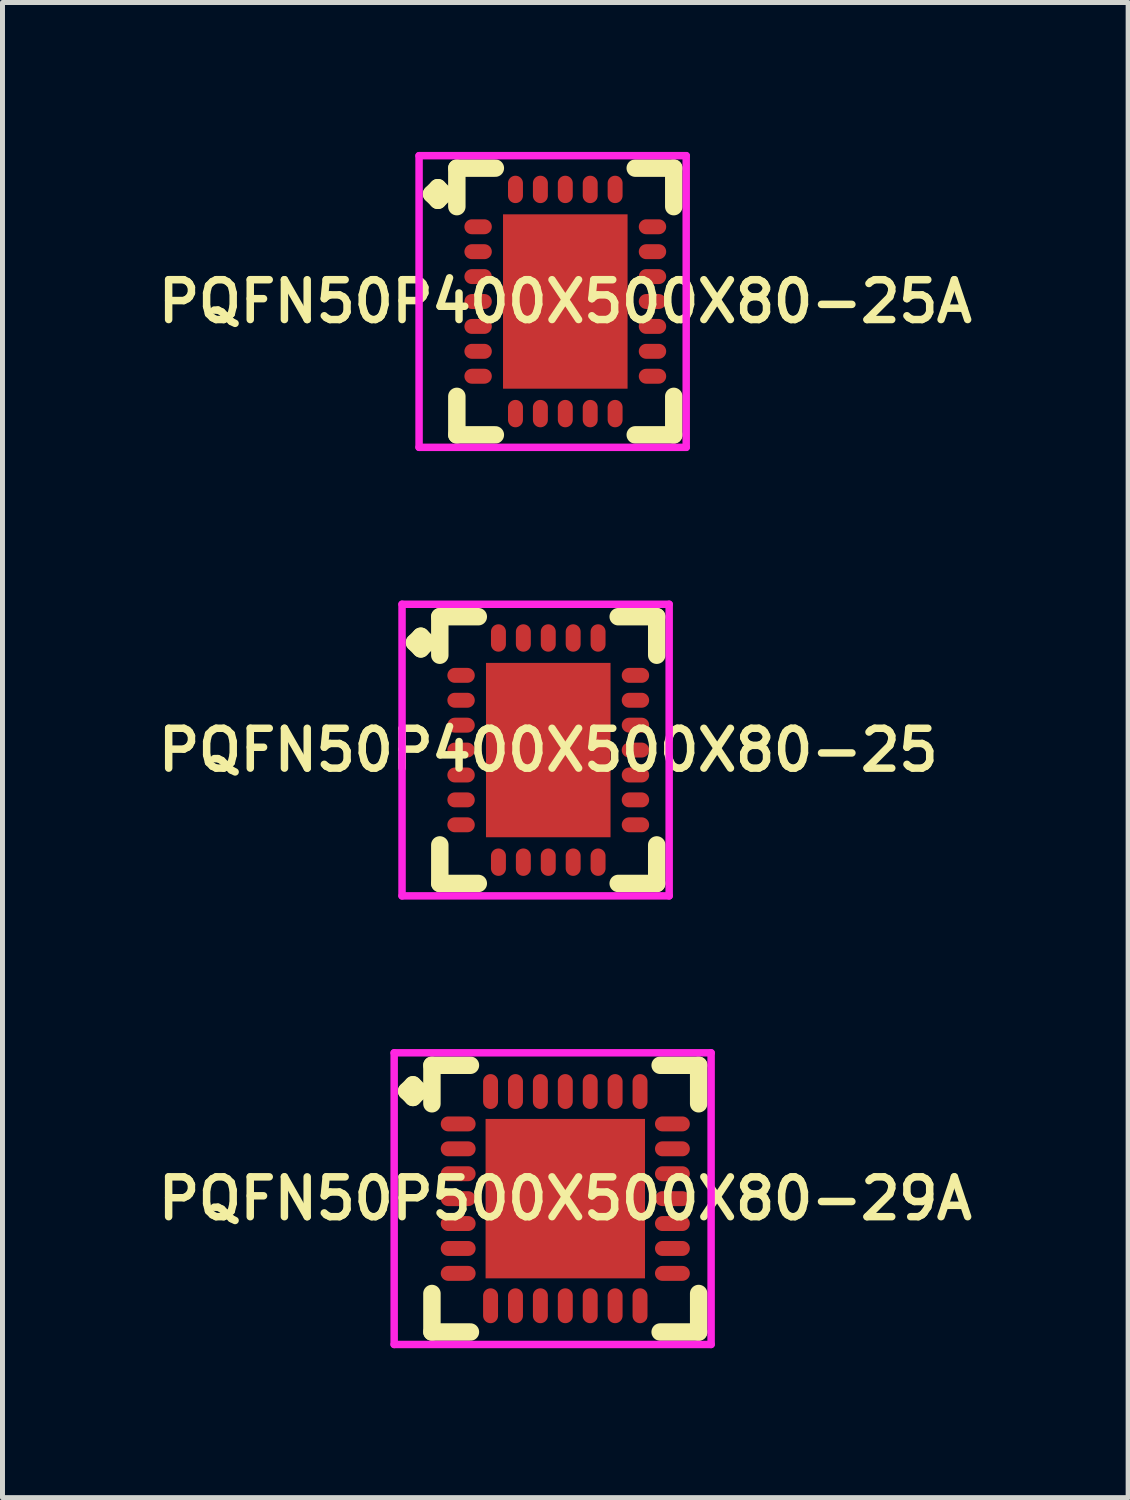
<source format=kicad_pcb>
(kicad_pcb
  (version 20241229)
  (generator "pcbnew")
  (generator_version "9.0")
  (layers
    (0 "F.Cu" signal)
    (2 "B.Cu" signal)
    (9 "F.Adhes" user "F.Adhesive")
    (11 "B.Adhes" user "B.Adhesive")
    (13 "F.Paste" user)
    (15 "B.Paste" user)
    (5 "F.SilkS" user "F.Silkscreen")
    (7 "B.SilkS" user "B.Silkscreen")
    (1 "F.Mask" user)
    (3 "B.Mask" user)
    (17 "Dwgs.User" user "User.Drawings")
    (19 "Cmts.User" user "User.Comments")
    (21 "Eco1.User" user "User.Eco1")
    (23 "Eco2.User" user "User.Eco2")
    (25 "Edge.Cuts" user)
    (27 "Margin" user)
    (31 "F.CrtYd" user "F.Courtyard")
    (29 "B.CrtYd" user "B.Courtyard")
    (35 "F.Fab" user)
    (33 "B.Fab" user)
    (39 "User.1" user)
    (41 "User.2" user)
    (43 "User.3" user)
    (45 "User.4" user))
  (footprint "PQFN50P400X500X80-25"
    (layer "F.Cu")
    (at 7.955 12.006)
    (property "Reference" "PQFN50P400X500X80-25" (at 0 0 0) (layer "F.SilkS") (effects (font (size 0.8 0.8) (thickness 0.15))))
    (attr smd)
    (fp_line (start -2.685 -2.158) (end -2.558 -2.285) (stroke (width 0.35) (type solid)) (layer "F.SilkS"))
    (fp_line (start -2.558 -2.285) (end -2.431 -2.158) (stroke (width 0.35) (type solid)) (layer "F.SilkS"))
    (fp_line (start -2.558 -2.031) (end -2.685 -2.158) (stroke (width 0.35) (type solid)) (layer "F.SilkS"))
    (fp_line (start -2.431 -2.158) (end -2.558 -2.031) (stroke (width 0.35) (type solid)) (layer "F.SilkS"))
    (fp_line (start -2.177 -2.677) (end -1.404 -2.677) (stroke (width 0.35) (type solid)) (layer "F.SilkS"))
    (fp_line (start -2.177 -1.904) (end -2.177 -2.677) (stroke (width 0.35) (type solid)) (layer "F.SilkS"))
    (fp_line (start -2.177 1.904) (end -2.177 2.677) (stroke (width 0.35) (type solid)) (layer "F.SilkS"))
    (fp_line (start -2.177 2.677) (end -1.404 2.677) (stroke (width 0.35) (type solid)) (layer "F.SilkS"))
    (fp_line (start 1.404 -2.677) (end 2.177 -2.677) (stroke (width 0.35) (type solid)) (layer "F.SilkS"))
    (fp_line (start 1.404 2.677) (end 2.177 2.677) (stroke (width 0.35) (type solid)) (layer "F.SilkS"))
    (fp_line (start 2.177 -2.677) (end 2.177 -1.904) (stroke (width 0.35) (type solid)) (layer "F.SilkS"))
    (fp_line (start 2.177 2.677) (end 2.177 1.904) (stroke (width 0.35) (type solid)) (layer "F.SilkS"))
    (fp_line (start -2.935 -2.927) (end 2.427 -2.927) (stroke (width 0.15) (type solid)) (layer "F.CrtYd"))
    (fp_line (start -2.935 2.927) (end -2.935 -2.927) (stroke (width 0.15) (type solid)) (layer "F.CrtYd"))
    (fp_line (start 2.427 -2.927) (end 2.427 2.927) (stroke (width 0.15) (type solid)) (layer "F.CrtYd"))
    (fp_line (start 2.427 2.927) (end -2.935 2.927) (stroke (width 0.15) (type solid)) (layer "F.CrtYd"))
    (pad "1" smd oval (at -1.75 -1.5) (size 0.55 0.3) (layers "F.Cu" "F.Mask" "F.Paste"))
    (pad "2" smd oval (at -1.75 -1) (size 0.55 0.3) (layers "F.Cu" "F.Mask" "F.Paste"))
    (pad "3" smd oval (at -1.75 -0.5) (size 0.55 0.3) (layers "F.Cu" "F.Mask" "F.Paste"))
    (pad "4" smd oval (at -1.75 0) (size 0.55 0.3) (layers "F.Cu" "F.Mask" "F.Paste"))
    (pad "5" smd oval (at -1.75 0.5) (size 0.55 0.3) (layers "F.Cu" "F.Mask" "F.Paste"))
    (pad "6" smd oval (at -1.75 1) (size 0.55 0.3) (layers "F.Cu" "F.Mask" "F.Paste"))
    (pad "7" smd oval (at -1.75 1.5) (size 0.55 0.3) (layers "F.Cu" "F.Mask" "F.Paste"))
    (pad "8" smd oval (at -1 2.25) (size 0.3 0.55) (layers "F.Cu" "F.Mask" "F.Paste"))
    (pad "9" smd oval (at -0.5 2.25) (size 0.3 0.55) (layers "F.Cu" "F.Mask" "F.Paste"))
    (pad "10" smd oval (at 0 2.25) (size 0.3 0.55) (layers "F.Cu" "F.Mask" "F.Paste"))
    (pad "11" smd oval (at 0.5 2.25) (size 0.3 0.55) (layers "F.Cu" "F.Mask" "F.Paste"))
    (pad "12" smd oval (at 1 2.25) (size 0.3 0.55) (layers "F.Cu" "F.Mask" "F.Paste"))
    (pad "13" smd oval (at 1.75 1.5) (size 0.55 0.3) (layers "F.Cu" "F.Mask" "F.Paste"))
    (pad "14" smd oval (at 1.75 1) (size 0.55 0.3) (layers "F.Cu" "F.Mask" "F.Paste"))
    (pad "15" smd oval (at 1.75 0.5) (size 0.55 0.3) (layers "F.Cu" "F.Mask" "F.Paste"))
    (pad "16" smd oval (at 1.75 0) (size 0.55 0.3) (layers "F.Cu" "F.Mask" "F.Paste"))
    (pad "17" smd oval (at 1.75 -0.5) (size 0.55 0.3) (layers "F.Cu" "F.Mask" "F.Paste"))
    (pad "18" smd oval (at 1.75 -1) (size 0.55 0.3) (layers "F.Cu" "F.Mask" "F.Paste"))
    (pad "19" smd oval (at 1.75 -1.5) (size 0.55 0.3) (layers "F.Cu" "F.Mask" "F.Paste"))
    (pad "20" smd oval (at 1 -2.25) (size 0.3 0.55) (layers "F.Cu" "F.Mask" "F.Paste"))
    (pad "21" smd oval (at 0.5 -2.25) (size 0.3 0.55) (layers "F.Cu" "F.Mask" "F.Paste"))
    (pad "22" smd oval (at 0 -2.25) (size 0.3 0.55) (layers "F.Cu" "F.Mask" "F.Paste"))
    (pad "23" smd oval (at -0.5 -2.25) (size 0.3 0.55) (layers "F.Cu" "F.Mask" "F.Paste"))
    (pad "24" smd oval (at -1 -2.25) (size 0.3 0.55) (layers "F.Cu" "F.Mask" "F.Paste"))
    (pad "25" smd rect (at 0 0) (size 2.5 3.5) (layers "F.Cu" "F.Mask" "F.Paste")))
  (footprint "PQFN50P400X500X80-25A"
    (layer "F.Cu")
    (at 8.297 3.002)
    (property "Reference" "PQFN50P400X500X80-25A" (at 0 0 0) (layer "F.SilkS") (effects (font (size 0.8 0.8) (thickness 0.15))))
    (attr smd)
    (fp_line (start -2.685 -2.158) (end -2.558 -2.285) (stroke (width 0.35) (type solid)) (layer "F.SilkS"))
    (fp_line (start -2.558 -2.285) (end -2.431 -2.158) (stroke (width 0.35) (type solid)) (layer "F.SilkS"))
    (fp_line (start -2.558 -2.031) (end -2.685 -2.158) (stroke (width 0.35) (type solid)) (layer "F.SilkS"))
    (fp_line (start -2.431 -2.158) (end -2.558 -2.031) (stroke (width 0.35) (type solid)) (layer "F.SilkS"))
    (fp_line (start -2.177 -2.677) (end -1.404 -2.677) (stroke (width 0.35) (type solid)) (layer "F.SilkS"))
    (fp_line (start -2.177 -1.904) (end -2.177 -2.677) (stroke (width 0.35) (type solid)) (layer "F.SilkS"))
    (fp_line (start -2.177 1.904) (end -2.177 2.677) (stroke (width 0.35) (type solid)) (layer "F.SilkS"))
    (fp_line (start -2.177 2.677) (end -1.404 2.677) (stroke (width 0.35) (type solid)) (layer "F.SilkS"))
    (fp_line (start 1.404 -2.677) (end 2.177 -2.677) (stroke (width 0.35) (type solid)) (layer "F.SilkS"))
    (fp_line (start 1.404 2.677) (end 2.177 2.677) (stroke (width 0.35) (type solid)) (layer "F.SilkS"))
    (fp_line (start 2.177 -2.677) (end 2.177 -1.904) (stroke (width 0.35) (type solid)) (layer "F.SilkS"))
    (fp_line (start 2.177 2.677) (end 2.177 1.904) (stroke (width 0.35) (type solid)) (layer "F.SilkS"))
    (fp_line (start -2.935 -2.927) (end 2.427 -2.927) (stroke (width 0.15) (type solid)) (layer "F.CrtYd"))
    (fp_line (start -2.935 2.927) (end -2.935 -2.927) (stroke (width 0.15) (type solid)) (layer "F.CrtYd"))
    (fp_line (start 2.427 -2.927) (end 2.427 2.927) (stroke (width 0.15) (type solid)) (layer "F.CrtYd"))
    (fp_line (start 2.427 2.927) (end -2.935 2.927) (stroke (width 0.15) (type solid)) (layer "F.CrtYd"))
    (pad "1" smd oval (at -1.75 -1.5) (size 0.55 0.3) (layers "F.Cu" "F.Mask" "F.Paste"))
    (pad "2" smd oval (at -1.75 -1) (size 0.55 0.3) (layers "F.Cu" "F.Mask" "F.Paste"))
    (pad "3" smd oval (at -1.75 -0.5) (size 0.55 0.3) (layers "F.Cu" "F.Mask" "F.Paste"))
    (pad "4" smd oval (at -1.75 0) (size 0.55 0.3) (layers "F.Cu" "F.Mask" "F.Paste"))
    (pad "5" smd oval (at -1.75 0.5) (size 0.55 0.3) (layers "F.Cu" "F.Mask" "F.Paste"))
    (pad "6" smd oval (at -1.75 1) (size 0.55 0.3) (layers "F.Cu" "F.Mask" "F.Paste"))
    (pad "7" smd oval (at -1.75 1.5) (size 0.55 0.3) (layers "F.Cu" "F.Mask" "F.Paste"))
    (pad "8" smd oval (at -1 2.25) (size 0.3 0.55) (layers "F.Cu" "F.Mask" "F.Paste"))
    (pad "9" smd oval (at -0.5 2.25) (size 0.3 0.55) (layers "F.Cu" "F.Mask" "F.Paste"))
    (pad "10" smd oval (at 0 2.25) (size 0.3 0.55) (layers "F.Cu" "F.Mask" "F.Paste"))
    (pad "11" smd oval (at 0.5 2.25) (size 0.3 0.55) (layers "F.Cu" "F.Mask" "F.Paste"))
    (pad "12" smd oval (at 1 2.25) (size 0.3 0.55) (layers "F.Cu" "F.Mask" "F.Paste"))
    (pad "13" smd oval (at 1.75 1.5) (size 0.55 0.3) (layers "F.Cu" "F.Mask" "F.Paste"))
    (pad "14" smd oval (at 1.75 1) (size 0.55 0.3) (layers "F.Cu" "F.Mask" "F.Paste"))
    (pad "15" smd oval (at 1.75 0.5) (size 0.55 0.3) (layers "F.Cu" "F.Mask" "F.Paste"))
    (pad "16" smd oval (at 1.75 0) (size 0.55 0.3) (layers "F.Cu" "F.Mask" "F.Paste"))
    (pad "17" smd oval (at 1.75 -0.5) (size 0.55 0.3) (layers "F.Cu" "F.Mask" "F.Paste"))
    (pad "18" smd oval (at 1.75 -1) (size 0.55 0.3) (layers "F.Cu" "F.Mask" "F.Paste"))
    (pad "19" smd oval (at 1.75 -1.5) (size 0.55 0.3) (layers "F.Cu" "F.Mask" "F.Paste"))
    (pad "20" smd oval (at 1 -2.25) (size 0.3 0.55) (layers "F.Cu" "F.Mask" "F.Paste"))
    (pad "21" smd oval (at 0.5 -2.25) (size 0.3 0.55) (layers "F.Cu" "F.Mask" "F.Paste"))
    (pad "22" smd oval (at 0 -2.25) (size 0.3 0.55) (layers "F.Cu" "F.Mask" "F.Paste"))
    (pad "23" smd oval (at -0.5 -2.25) (size 0.3 0.55) (layers "F.Cu" "F.Mask" "F.Paste"))
    (pad "24" smd oval (at -1 -2.25) (size 0.3 0.55) (layers "F.Cu" "F.Mask" "F.Paste"))
    (pad "25" smd rect (at 0 0) (size 2.5 3.5) (layers "F.Cu" "F.Mask" "F.Paste")))
  (footprint "PQFN50P500X500X80-29A"
    (layer "F.Cu")
    (at 8.297 21.01)
    (property "Reference" "PQFN50P500X500X80-29A" (at 0 0 0) (layer "F.SilkS") (effects (font (size 0.8 0.8) (thickness 0.15))))
    (attr smd)
    (fp_line (start -3.185 -2.158) (end -3.058 -2.285) (stroke (width 0.35) (type solid)) (layer "F.SilkS"))
    (fp_line (start -3.058 -2.285) (end -2.931 -2.158) (stroke (width 0.35) (type solid)) (layer "F.SilkS"))
    (fp_line (start -3.058 -2.031) (end -3.185 -2.158) (stroke (width 0.35) (type solid)) (layer "F.SilkS"))
    (fp_line (start -2.931 -2.158) (end -3.058 -2.031) (stroke (width 0.35) (type solid)) (layer "F.SilkS"))
    (fp_line (start -2.677 -2.677) (end -1.904 -2.677) (stroke (width 0.35) (type solid)) (layer "F.SilkS"))
    (fp_line (start -2.677 -1.904) (end -2.677 -2.677) (stroke (width 0.35) (type solid)) (layer "F.SilkS"))
    (fp_line (start -2.677 1.904) (end -2.677 2.677) (stroke (width 0.35) (type solid)) (layer "F.SilkS"))
    (fp_line (start -2.677 2.677) (end -1.904 2.677) (stroke (width 0.35) (type solid)) (layer "F.SilkS"))
    (fp_line (start 1.904 -2.677) (end 2.677 -2.677) (stroke (width 0.35) (type solid)) (layer "F.SilkS"))
    (fp_line (start 1.904 2.677) (end 2.677 2.677) (stroke (width 0.35) (type solid)) (layer "F.SilkS"))
    (fp_line (start 2.677 -2.677) (end 2.677 -1.904) (stroke (width 0.35) (type solid)) (layer "F.SilkS"))
    (fp_line (start 2.677 2.677) (end 2.677 1.904) (stroke (width 0.35) (type solid)) (layer "F.SilkS"))
    (fp_line (start -3.435 -2.927) (end 2.927 -2.927) (stroke (width 0.15) (type solid)) (layer "F.CrtYd"))
    (fp_line (start -3.435 2.927) (end -3.435 -2.927) (stroke (width 0.15) (type solid)) (layer "F.CrtYd"))
    (fp_line (start 2.927 -2.927) (end 2.927 2.927) (stroke (width 0.15) (type solid)) (layer "F.CrtYd"))
    (fp_line (start 2.927 2.927) (end -3.435 2.927) (stroke (width 0.15) (type solid)) (layer "F.CrtYd"))
    (pad "1" smd oval (at -2.15 -1.5) (size 0.7 0.3) (layers "F.Cu" "F.Mask" "F.Paste"))
    (pad "2" smd oval (at -2.15 -1) (size 0.7 0.3) (layers "F.Cu" "F.Mask" "F.Paste"))
    (pad "3" smd oval (at -2.15 -0.5) (size 0.7 0.3) (layers "F.Cu" "F.Mask" "F.Paste"))
    (pad "4" smd oval (at -2.15 0) (size 0.7 0.3) (layers "F.Cu" "F.Mask" "F.Paste"))
    (pad "5" smd oval (at -2.15 0.5) (size 0.7 0.3) (layers "F.Cu" "F.Mask" "F.Paste"))
    (pad "6" smd oval (at -2.15 1) (size 0.7 0.3) (layers "F.Cu" "F.Mask" "F.Paste"))
    (pad "7" smd oval (at -2.15 1.5) (size 0.7 0.3) (layers "F.Cu" "F.Mask" "F.Paste"))
    (pad "8" smd oval (at -1.5 2.15) (size 0.3 0.7) (layers "F.Cu" "F.Mask" "F.Paste"))
    (pad "9" smd oval (at -1 2.15) (size 0.3 0.7) (layers "F.Cu" "F.Mask" "F.Paste"))
    (pad "10" smd oval (at -0.5 2.15) (size 0.3 0.7) (layers "F.Cu" "F.Mask" "F.Paste"))
    (pad "11" smd oval (at 0 2.15) (size 0.3 0.7) (layers "F.Cu" "F.Mask" "F.Paste"))
    (pad "12" smd oval (at 0.5 2.15) (size 0.3 0.7) (layers "F.Cu" "F.Mask" "F.Paste"))
    (pad "13" smd oval (at 1 2.15) (size 0.3 0.7) (layers "F.Cu" "F.Mask" "F.Paste"))
    (pad "14" smd oval (at 1.5 2.15) (size 0.3 0.7) (layers "F.Cu" "F.Mask" "F.Paste"))
    (pad "15" smd oval (at 2.15 1.5) (size 0.7 0.3) (layers "F.Cu" "F.Mask" "F.Paste"))
    (pad "16" smd oval (at 2.15 1) (size 0.7 0.3) (layers "F.Cu" "F.Mask" "F.Paste"))
    (pad "17" smd oval (at 2.15 0.5) (size 0.7 0.3) (layers "F.Cu" "F.Mask" "F.Paste"))
    (pad "18" smd oval (at 2.15 0) (size 0.7 0.3) (layers "F.Cu" "F.Mask" "F.Paste"))
    (pad "19" smd oval (at 2.15 -0.5) (size 0.7 0.3) (layers "F.Cu" "F.Mask" "F.Paste"))
    (pad "20" smd oval (at 2.15 -1) (size 0.7 0.3) (layers "F.Cu" "F.Mask" "F.Paste"))
    (pad "21" smd oval (at 2.15 -1.5) (size 0.7 0.3) (layers "F.Cu" "F.Mask" "F.Paste"))
    (pad "22" smd oval (at 1.5 -2.15) (size 0.3 0.7) (layers "F.Cu" "F.Mask" "F.Paste"))
    (pad "23" smd oval (at 1 -2.15) (size 0.3 0.7) (layers "F.Cu" "F.Mask" "F.Paste"))
    (pad "24" smd oval (at 0.5 -2.15) (size 0.3 0.7) (layers "F.Cu" "F.Mask" "F.Paste"))
    (pad "25" smd oval (at 0 -2.15) (size 0.3 0.7) (layers "F.Cu" "F.Mask" "F.Paste"))
    (pad "26" smd oval (at -0.5 -2.15) (size 0.3 0.7) (layers "F.Cu" "F.Mask" "F.Paste"))
    (pad "27" smd oval (at -1 -2.15) (size 0.3 0.7) (layers "F.Cu" "F.Mask" "F.Paste"))
    (pad "28" smd oval (at -1.5 -2.15) (size 0.3 0.7) (layers "F.Cu" "F.Mask" "F.Paste"))
    (pad "29" smd rect (at 0 0) (size 3.2 3.2) (layers "F.Cu" "F.Mask" "F.Paste")))
  (gr_rect
    (start -3 -3)
    (end 19.595 27.012)
    (stroke (width 0.1) (type default))
    (fill no)
    (layer "Edge.Cuts")))
</source>
